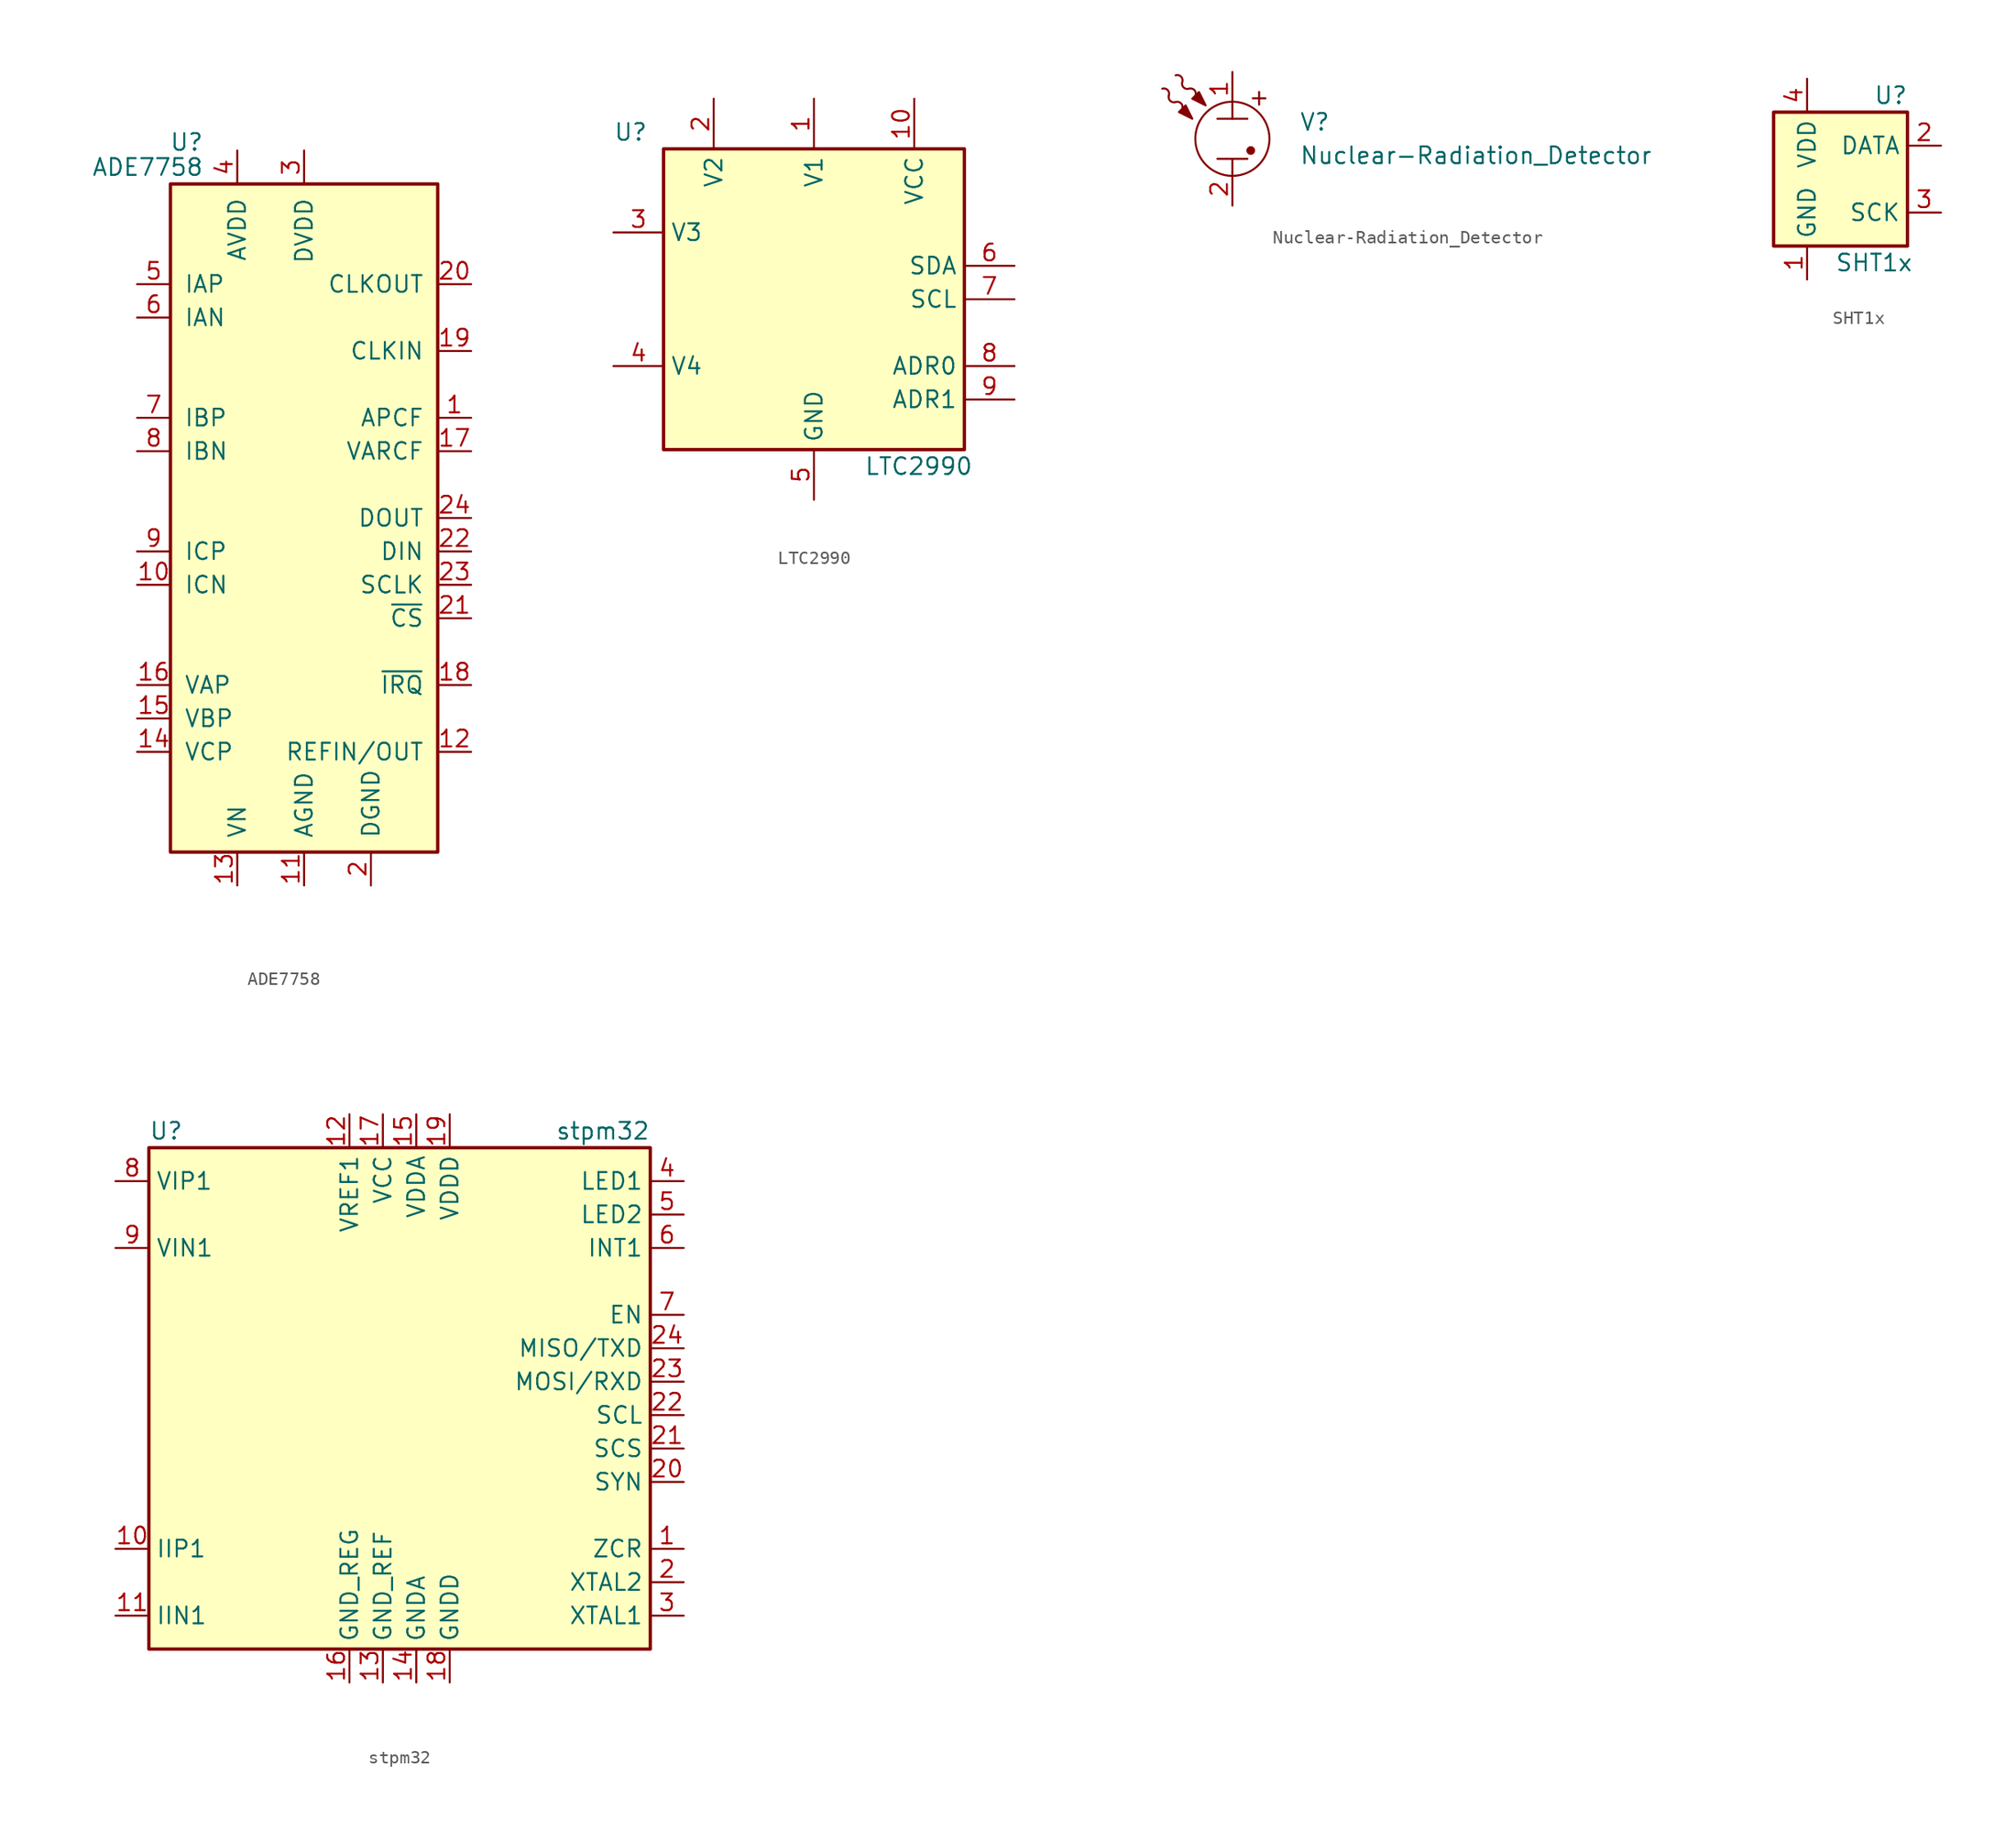
<source format=kicad_sym>
(kicad_symbol_lib
  (version 20201005)
  (generator kicad_symbol_editor)
  (symbol "ADE7758"
    (pin_names
      (offset 1.016))
    (property "Reference" "U"
      (at -7.62 28.575 0)
      (effects (font (size 1.27 1.27)) (justify right)))
    (property "Value" "ADE7758"
      (at -7.62 26.67 0)
      (effects (font (size 1.27 1.27)) (justify right)))
    (symbol "ADE7758_0_1"
      (rectangle (start 10.16 -25.4) (end -10.16 25.4) (stroke (width 0.254)) (fill (type background))))
    (symbol "ADE7758_1_1"
      (pin output line (at 12.7 7.62 180) (length 2.54) (name "APCF" (effects (font (size 1.27 1.27)))) (number "1" (effects (font (size 1.27 1.27)))))
      (pin input line (at -12.7 -5.08 0) (length 2.54) (name "ICN" (effects (font (size 1.27 1.27)))) (number "10" (effects (font (size 1.27 1.27)))))
      (pin power_in line (at 0 -27.94 90) (length 2.54) (name "AGND" (effects (font (size 1.27 1.27)))) (number "11" (effects (font (size 1.27 1.27)))))
      (pin input line (at 12.7 -17.78 180) (length 2.54) (name "REFIN/OUT" (effects (font (size 1.27 1.27)))) (number "12" (effects (font (size 1.27 1.27)))))
      (pin power_in line (at -5.08 -27.94 90) (length 2.54) (name "VN" (effects (font (size 1.27 1.27)))) (number "13" (effects (font (size 1.27 1.27)))))
      (pin input line (at -12.7 -17.78 0) (length 2.54) (name "VCP" (effects (font (size 1.27 1.27)))) (number "14" (effects (font (size 1.27 1.27)))))
      (pin input line (at -12.7 -15.24 0) (length 2.54) (name "VBP" (effects (font (size 1.27 1.27)))) (number "15" (effects (font (size 1.27 1.27)))))
      (pin input line (at -12.7 -12.7 0) (length 2.54) (name "VAP" (effects (font (size 1.27 1.27)))) (number "16" (effects (font (size 1.27 1.27)))))
      (pin output line (at 12.7 5.08 180) (length 2.54) (name "VARCF" (effects (font (size 1.27 1.27)))) (number "17" (effects (font (size 1.27 1.27)))))
      (pin open_collector line (at 12.7 -12.7 180) (length 2.54) (name "~IRQ" (effects (font (size 1.27 1.27)))) (number "18" (effects (font (size 1.27 1.27)))))
      (pin input line (at 12.7 12.7 180) (length 2.54) (name "CLKIN" (effects (font (size 1.27 1.27)))) (number "19" (effects (font (size 1.27 1.27)))))
      (pin power_in line (at 5.08 -27.94 90) (length 2.54) (name "DGND" (effects (font (size 1.27 1.27)))) (number "2" (effects (font (size 1.27 1.27)))))
      (pin output line (at 12.7 17.78 180) (length 2.54) (name "CLKOUT" (effects (font (size 1.27 1.27)))) (number "20" (effects (font (size 1.27 1.27)))))
      (pin input line (at 12.7 -7.62 180) (length 2.54) (name "~CS" (effects (font (size 1.27 1.27)))) (number "21" (effects (font (size 1.27 1.27)))))
      (pin input line (at 12.7 -2.54 180) (length 2.54) (name "DIN" (effects (font (size 1.27 1.27)))) (number "22" (effects (font (size 1.27 1.27)))))
      (pin input line (at 12.7 -5.08 180) (length 2.54) (name "SCLK" (effects (font (size 1.27 1.27)))) (number "23" (effects (font (size 1.27 1.27)))))
      (pin output line (at 12.7 0 180) (length 2.54) (name "DOUT" (effects (font (size 1.27 1.27)))) (number "24" (effects (font (size 1.27 1.27)))))
      (pin power_in line (at 0 27.94 270) (length 2.54) (name "DVDD" (effects (font (size 1.27 1.27)))) (number "3" (effects (font (size 1.27 1.27)))))
      (pin power_in line (at -5.08 27.94 270) (length 2.54) (name "AVDD" (effects (font (size 1.27 1.27)))) (number "4" (effects (font (size 1.27 1.27)))))
      (pin input line (at -12.7 17.78 0) (length 2.54) (name "IAP" (effects (font (size 1.27 1.27)))) (number "5" (effects (font (size 1.27 1.27)))))
      (pin input line (at -12.7 15.24 0) (length 2.54) (name "IAN" (effects (font (size 1.27 1.27)))) (number "6" (effects (font (size 1.27 1.27)))))
      (pin input line (at -12.7 7.62 0) (length 2.54) (name "IBP" (effects (font (size 1.27 1.27)))) (number "7" (effects (font (size 1.27 1.27)))))
      (pin input line (at -12.7 5.08 0) (length 2.54) (name "IBN" (effects (font (size 1.27 1.27)))) (number "8" (effects (font (size 1.27 1.27)))))
      (pin input line (at -12.7 -2.54 0) (length 2.54) (name "ICP" (effects (font (size 1.27 1.27)))) (number "9" (effects (font (size 1.27 1.27)))))))
  (symbol "LTC2990"
    (property "Reference" "U"
      (at -15.24 12.7 0)
      (effects (font (size 1.27 1.27)) (justify left)))
    (property "Value" "LTC2990"
      (at 3.81 -12.7 0)
      (effects (font (size 1.27 1.27)) (justify left)))
    (symbol "LTC2990_0_1"
      (rectangle (start -11.43 11.43) (end 11.43 -11.43) (stroke (width 0.254)) (fill (type background))))
    (symbol "LTC2990_1_1"
      (pin passive line (at 0 15.24 270) (length 3.81) (name "V1" (effects (font (size 1.27 1.27)))) (number "1" (effects (font (size 1.27 1.27)))))
      (pin power_in line (at 7.62 15.24 270) (length 3.81) (name "VCC" (effects (font (size 1.27 1.27)))) (number "10" (effects (font (size 1.27 1.27)))))
      (pin passive line (at -7.62 15.24 270) (length 3.81) (name "V2" (effects (font (size 1.27 1.27)))) (number "2" (effects (font (size 1.27 1.27)))))
      (pin passive line (at -15.24 5.08 0) (length 3.81) (name "V3" (effects (font (size 1.27 1.27)))) (number "3" (effects (font (size 1.27 1.27)))))
      (pin passive line (at -15.24 -5.08 0) (length 3.81) (name "V4" (effects (font (size 1.27 1.27)))) (number "4" (effects (font (size 1.27 1.27)))))
      (pin power_in line (at 0 -15.24 90) (length 3.81) (name "GND" (effects (font (size 1.27 1.27)))) (number "5" (effects (font (size 1.27 1.27)))))
      (pin bidirectional line (at 15.24 2.54 180) (length 3.81) (name "SDA" (effects (font (size 1.27 1.27)))) (number "6" (effects (font (size 1.27 1.27)))))
      (pin input line (at 15.24 0 180) (length 3.81) (name "SCL" (effects (font (size 1.27 1.27)))) (number "7" (effects (font (size 1.27 1.27)))))
      (pin input line (at 15.24 -5.08 180) (length 3.81) (name "ADR0" (effects (font (size 1.27 1.27)))) (number "8" (effects (font (size 1.27 1.27)))))
      (pin input line (at 15.24 -7.62 180) (length 3.81) (name "ADR1" (effects (font (size 1.27 1.27)))) (number "9" (effects (font (size 1.27 1.27)))))))
  (symbol "Nuclear-Radiation_Detector"
    (pin_names
      (offset 0) hide)
    (property "Reference" "V"
      (at 5.08 1.27 0)
      (effects (font (size 1.27 1.27)) (justify left)))
    (property "Value" "Nuclear-Radiation_Detector"
      (at 5.08 -1.27 0)
      (effects (font (size 1.27 1.27)) (justify left)))
    (symbol "Nuclear-Radiation_Detector_0_0"
      (text "+" (at 2.032 3.175 0) (effects (font (size 1.27 1.27)))))
    (symbol "Nuclear-Radiation_Detector_0_1"
      (arc (start -2.794 3.302) (end -3.302 3.81) (radius (at -3.175 3.429) (length 0.4064) (angles -18.4 108.4)) (stroke (width 0)) (fill (type none)))
      (circle (center 0 0) (radius 2.819) (stroke (width 0)) (fill (type none)))
      (circle (center 1.397 -0.889) (radius 0.254) (stroke (width 0)) (fill (type outline)))
      (polyline (pts (xy -1.143 -1.524) (xy 1.143 -1.524)) (stroke (width 0)) (fill (type none)))
      (polyline (pts (xy -1.143 1.524) (xy 1.143 1.524)) (stroke (width 0)) (fill (type none)))
      (polyline (pts (xy 0 -1.524) (xy 0 -2.54)) (stroke (width 0)) (fill (type none)))
      (polyline (pts (xy 0 2.54) (xy 0 1.524)) (stroke (width 0)) (fill (type none)))
      (polyline (pts (xy -2.54 3.556) (xy -3.048 3.048) (xy -2.032 2.54) (xy -2.54 3.556)) (stroke (width 0)) (fill (type outline))))
    (symbol "Nuclear-Radiation_Detector_1_1"
      (arc (start -4.826 3.302) (end -5.334 3.81) (radius (at -5.207 3.429) (length 0.4064) (angles -18.4 108.4)) (stroke (width 0)) (fill (type none)))
      (arc (start -4.826 3.302) (end -4.318 2.794) (radius (at -4.445 3.175) (length 0.4064) (angles 161.6 -71.6)) (stroke (width 0)) (fill (type none)))
      (arc (start -3.81 2.286) (end -4.318 2.794) (radius (at -4.191 2.413) (length 0.4064) (angles -18.4 108.4)) (stroke (width 0)) (fill (type none)))
      (arc (start -3.81 4.318) (end -4.318 4.826) (radius (at -4.191 4.445) (length 0.4064) (angles -18.4 108.4)) (stroke (width 0)) (fill (type none)))
      (arc (start -3.81 4.318) (end -3.302 3.81) (radius (at -3.429 4.191) (length 0.4064) (angles 161.6 -71.6)) (stroke (width 0)) (fill (type none)))
      (polyline (pts (xy -3.556 2.54) (xy -4.064 2.032) (xy -3.048 1.524) (xy -3.556 2.54)) (stroke (width 0)) (fill (type outline)))
      (pin passive line (at 0 5.08 270) (length 2.54) (name "1" (effects (font (size 1.27 1.27)))) (number "1" (effects (font (size 1.27 1.27)))))
      (pin passive line (at 0 -5.08 90) (length 2.54) (name "2" (effects (font (size 1.27 1.27)))) (number "2" (effects (font (size 1.27 1.27)))))))
  (symbol "SHT1x"
    (property "Reference" "U"
      (at 3.81 6.35 0)
      (effects (font (size 1.27 1.27))))
    (property "Value" "SHT1x"
      (at 2.54 -6.35 0)
      (effects (font (size 1.27 1.27))))
    (symbol "SHT1x_0_1"
      (rectangle (start -5.08 5.08) (end 5.08 -5.08) (stroke (width 0.254)) (fill (type background))))
    (symbol "SHT1x_1_1"
      (pin power_in line (at -2.54 -7.62 90) (length 2.54) (name "GND" (effects (font (size 1.27 1.27)))) (number "1" (effects (font (size 1.27 1.27)))))
      (pin bidirectional line (at 7.62 2.54 180) (length 2.54) (name "DATA" (effects (font (size 1.27 1.27)))) (number "2" (effects (font (size 1.27 1.27)))))
      (pin input line (at 7.62 -2.54 180) (length 2.54) (name "SCK" (effects (font (size 1.27 1.27)))) (number "3" (effects (font (size 1.27 1.27)))))
      (pin power_in line (at -2.54 7.62 270) (length 2.54) (name "VDD" (effects (font (size 1.27 1.27)))) (number "4" (effects (font (size 1.27 1.27)))))))
  (symbol "stpm32"
    (property "Reference" "U"
      (at -19.05 20.32 0)
      (effects (font (size 1.27 1.27)) (justify left)))
    (property "Value" "stpm32"
      (at 19.05 20.32 0)
      (effects (font (size 1.27 1.27)) (justify right)))
    (symbol "stpm32_0_0"
      (rectangle (start -19.05 19.05) (end 19.05 -19.05) (stroke (width 0.254)) (fill (type background))))
    (symbol "stpm32_1_1"
      (pin input line (at 21.59 -11.43 180) (length 2.54) (name "ZCR" (effects (font (size 1.27 1.27)))) (number "1" (effects (font (size 1.27 1.27)))))
      (pin input line (at -21.59 -11.43 0) (length 2.54) (name "IIP1" (effects (font (size 1.27 1.27)))) (number "10" (effects (font (size 1.27 1.27)))))
      (pin input line (at -21.59 -16.51 0) (length 2.54) (name "IIN1" (effects (font (size 1.27 1.27)))) (number "11" (effects (font (size 1.27 1.27)))))
      (pin input line (at -3.81 21.59 270) (length 2.54) (name "VREF1" (effects (font (size 1.27 1.27)))) (number "12" (effects (font (size 1.27 1.27)))))
      (pin power_out line (at -1.27 -21.59 90) (length 2.54) (name "GND_REF" (effects (font (size 1.27 1.27)))) (number "13" (effects (font (size 1.27 1.27)))))
      (pin power_out line (at 1.27 -21.59 90) (length 2.54) (name "GNDA" (effects (font (size 1.27 1.27)))) (number "14" (effects (font (size 1.27 1.27)))))
      (pin power_in line (at 1.27 21.59 270) (length 2.54) (name "VDDA" (effects (font (size 1.27 1.27)))) (number "15" (effects (font (size 1.27 1.27)))))
      (pin power_out line (at -3.81 -21.59 90) (length 2.54) (name "GND_REG" (effects (font (size 1.27 1.27)))) (number "16" (effects (font (size 1.27 1.27)))))
      (pin power_in line (at -1.27 21.59 270) (length 2.54) (name "VCC" (effects (font (size 1.27 1.27)))) (number "17" (effects (font (size 1.27 1.27)))))
      (pin power_out line (at 3.81 -21.59 90) (length 2.54) (name "GNDD" (effects (font (size 1.27 1.27)))) (number "18" (effects (font (size 1.27 1.27)))))
      (pin power_in line (at 3.81 21.59 270) (length 2.54) (name "VDDD" (effects (font (size 1.27 1.27)))) (number "19" (effects (font (size 1.27 1.27)))))
      (pin input line (at 21.59 -13.97 180) (length 2.54) (name "XTAL2" (effects (font (size 1.27 1.27)))) (number "2" (effects (font (size 1.27 1.27)))))
      (pin input line (at 21.59 -6.35 180) (length 2.54) (name "SYN" (effects (font (size 1.27 1.27)))) (number "20" (effects (font (size 1.27 1.27)))))
      (pin input line (at 21.59 -3.81 180) (length 2.54) (name "SCS" (effects (font (size 1.27 1.27)))) (number "21" (effects (font (size 1.27 1.27)))))
      (pin input line (at 21.59 -1.27 180) (length 2.54) (name "SCL" (effects (font (size 1.27 1.27)))) (number "22" (effects (font (size 1.27 1.27)))))
      (pin input line (at 21.59 1.27 180) (length 2.54) (name "MOSI/RXD" (effects (font (size 1.27 1.27)))) (number "23" (effects (font (size 1.27 1.27)))))
      (pin output line (at 21.59 3.81 180) (length 2.54) (name "MISO/TXD" (effects (font (size 1.27 1.27)))) (number "24" (effects (font (size 1.27 1.27)))))
      (pin input line (at 21.59 -16.51 180) (length 2.54) (name "XTAL1" (effects (font (size 1.27 1.27)))) (number "3" (effects (font (size 1.27 1.27)))))
      (pin output line (at 21.59 16.51 180) (length 2.54) (name "LED1" (effects (font (size 1.27 1.27)))) (number "4" (effects (font (size 1.27 1.27)))))
      (pin output line (at 21.59 13.97 180) (length 2.54) (name "LED2" (effects (font (size 1.27 1.27)))) (number "5" (effects (font (size 1.27 1.27)))))
      (pin output line (at 21.59 11.43 180) (length 2.54) (name "INT1" (effects (font (size 1.27 1.27)))) (number "6" (effects (font (size 1.27 1.27)))))
      (pin input line (at 21.59 6.35 180) (length 2.54) (name "EN" (effects (font (size 1.27 1.27)))) (number "7" (effects (font (size 1.27 1.27)))))
      (pin input line (at -21.59 16.51 0) (length 2.54) (name "VIP1" (effects (font (size 1.27 1.27)))) (number "8" (effects (font (size 1.27 1.27)))))
      (pin input line (at -21.59 11.43 0) (length 2.54) (name "VIN1" (effects (font (size 1.27 1.27)))) (number "9" (effects (font (size 1.27 1.27))))))))
</source>
